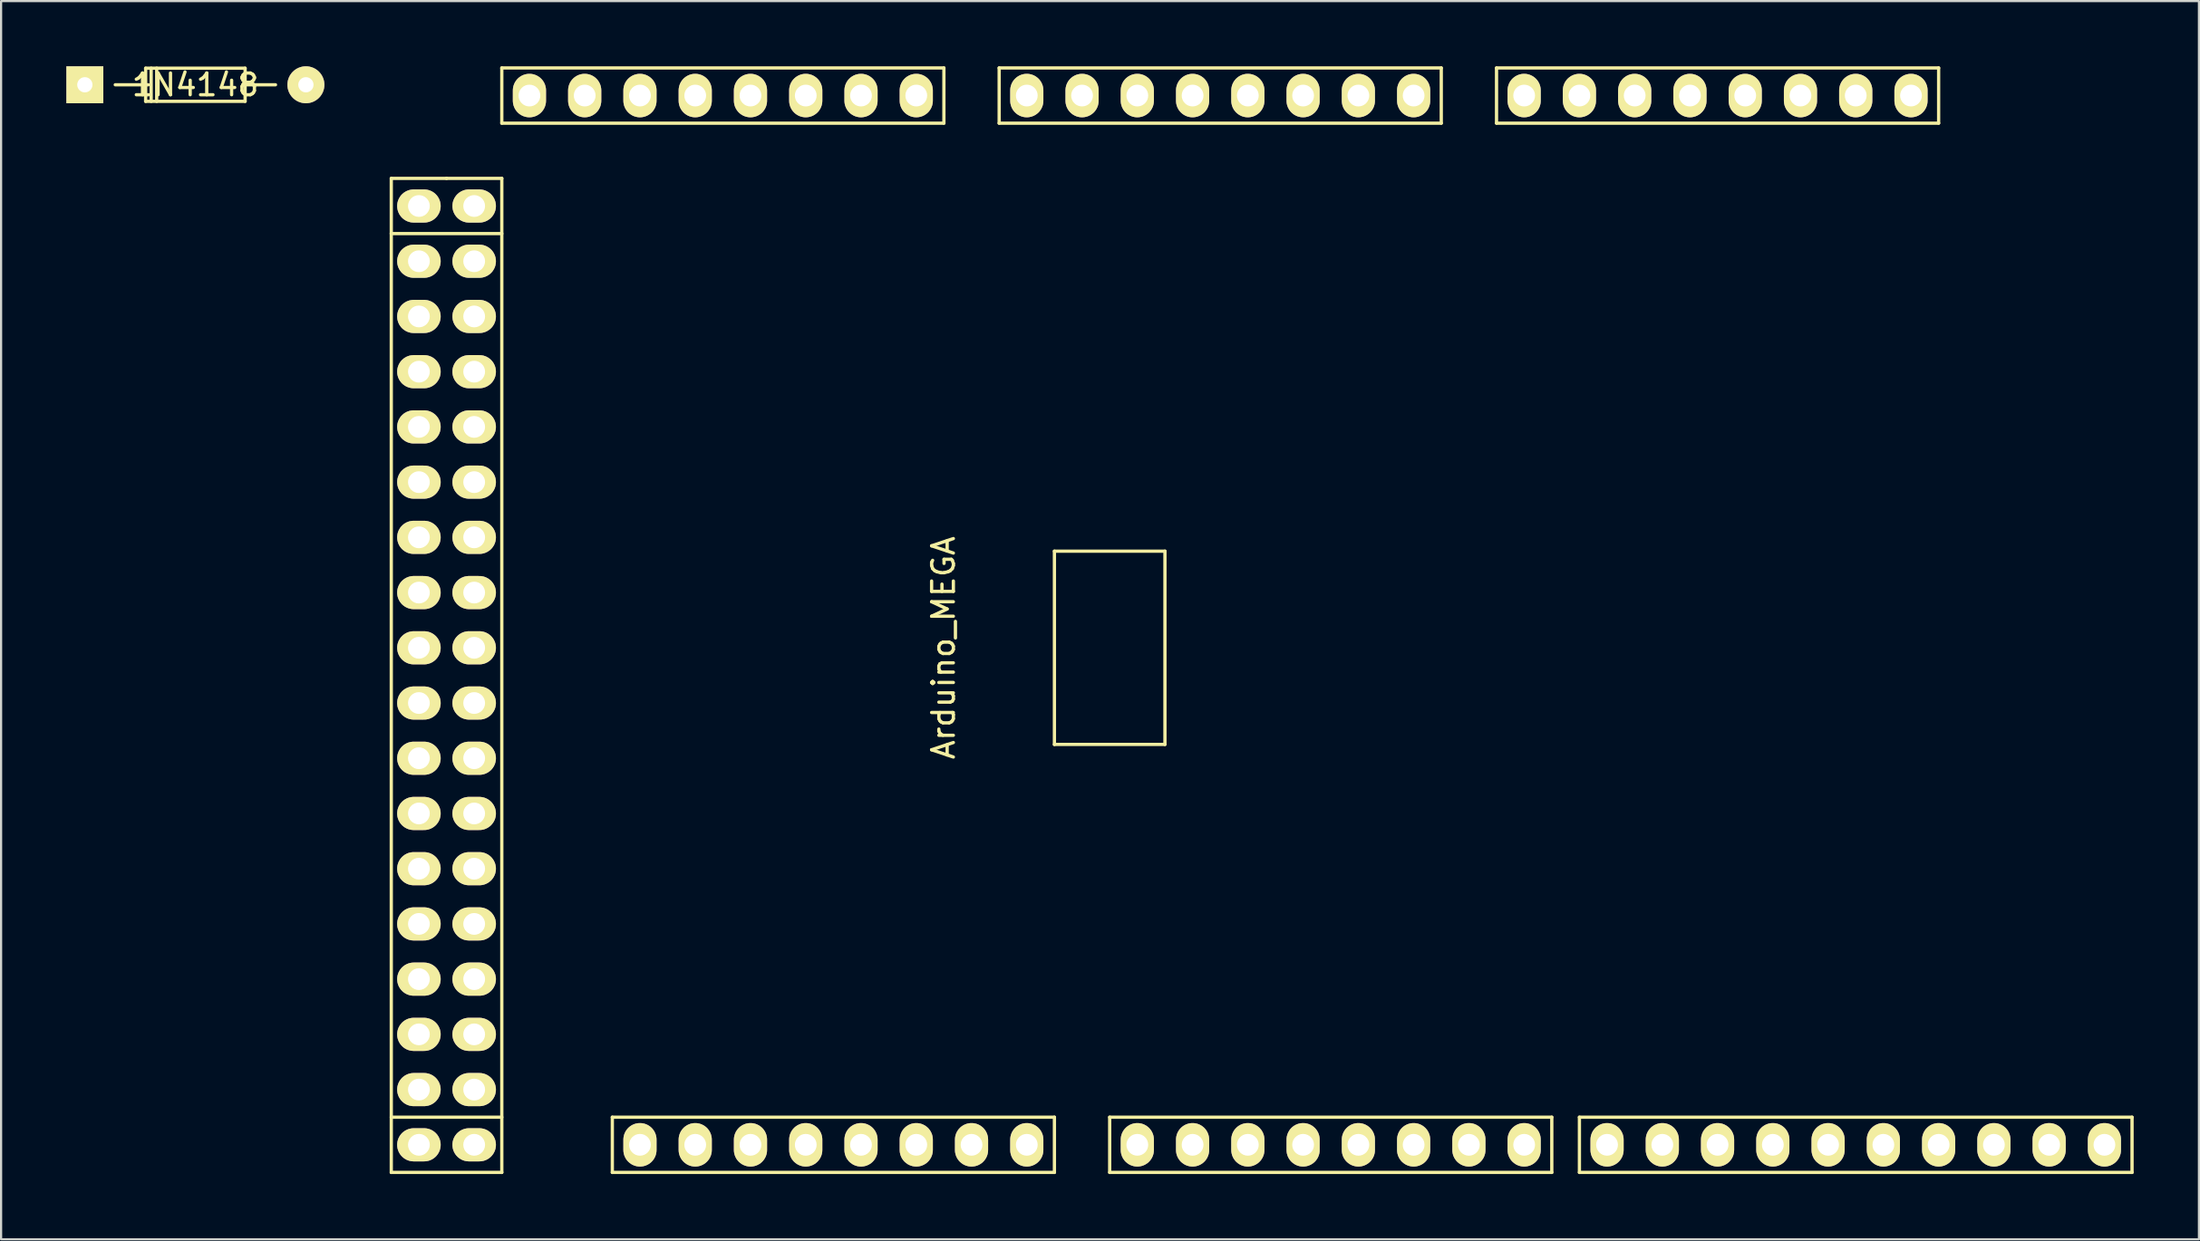
<source format=kicad_pcb>
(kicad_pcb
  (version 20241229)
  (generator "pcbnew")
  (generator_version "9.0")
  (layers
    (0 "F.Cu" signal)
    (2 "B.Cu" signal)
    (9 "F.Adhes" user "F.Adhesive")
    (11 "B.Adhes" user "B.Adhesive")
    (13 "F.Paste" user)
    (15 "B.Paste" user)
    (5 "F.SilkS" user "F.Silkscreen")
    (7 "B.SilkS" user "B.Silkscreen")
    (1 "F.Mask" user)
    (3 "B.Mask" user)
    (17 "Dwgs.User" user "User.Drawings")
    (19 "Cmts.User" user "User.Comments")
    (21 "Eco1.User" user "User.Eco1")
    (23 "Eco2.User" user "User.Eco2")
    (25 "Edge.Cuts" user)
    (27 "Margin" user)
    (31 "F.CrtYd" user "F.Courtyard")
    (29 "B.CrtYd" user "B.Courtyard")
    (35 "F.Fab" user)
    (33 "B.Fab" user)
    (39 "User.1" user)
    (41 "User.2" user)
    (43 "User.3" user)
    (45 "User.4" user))
  (footprint "1N4148"
    (layer "F.Cu")
    (at 0.849 0.852)
    (property "Reference" "1N4148" (at 5.08 0 0) (layer "F.SilkS") (effects (font (size 1 1) (thickness 0.15))))
    (attr through_hole)
    (fp_line (start 2.795 -0.765) (end 2.795 -0.003) (stroke (width 0.15) (type solid)) (layer "F.SilkS"))
    (fp_line (start 2.795 -0.003) (end 2.795 0.759) (stroke (width 0.15) (type solid)) (layer "F.SilkS"))
    (fp_line (start 2.795 0.759) (end 7.367 0.759) (stroke (width 0.15) (type solid)) (layer "F.SilkS"))
    (fp_line (start 2.922 -0.003) (end 1.398 -0.003) (stroke (width 0.15) (type solid)) (layer "F.SilkS"))
    (fp_line (start 3.049 -0.765) (end 3.049 0.759) (stroke (width 0.15) (type solid)) (layer "F.SilkS"))
    (fp_line (start 3.303 -0.765) (end 3.303 0.759) (stroke (width 0.15) (type solid)) (layer "F.SilkS"))
    (fp_line (start 7.367 -0.765) (end 2.795 -0.765) (stroke (width 0.15) (type solid)) (layer "F.SilkS"))
    (fp_line (start 7.367 -0.003) (end 8.764 -0.003) (stroke (width 0.15) (type solid)) (layer "F.SilkS"))
    (fp_line (start 7.367 0.759) (end 7.367 -0.765) (stroke (width 0.15) (type solid)) (layer "F.SilkS"))
    (pad "1" thru_hole rect (at 0.001 -0.003 180) (size 1.699 1.699) (drill 0.701) (layers "*.Cu" "*.Mask" "F.SilkS"))
    (pad "2" thru_hole circle (at 10.161 -0.003 180) (size 1.699 1.699) (drill 0.701) (layers "*.Cu" "*.Mask" "F.SilkS")))
  (footprint "Arduino_MEGA"
    (layer "F.Cu")
    (at 49.224 25.475)
    (property "Reference" "Arduino_MEGA" (at -8.91 1.27 90) (layer "F.SilkS") (effects (font (size 1 1) (thickness 0.15))))
    (attr through_hole)
    (fp_line (start -34.29 -20.32) (end -31.75 -20.32) (stroke (width 0.15) (type solid)) (layer "F.SilkS"))
    (fp_line (start -34.29 -17.78) (end -34.29 -20.32) (stroke (width 0.15) (type solid)) (layer "F.SilkS"))
    (fp_line (start -34.29 -17.78) (end -29.21 -17.78) (stroke (width 0.15) (type solid)) (layer "F.SilkS"))
    (fp_line (start -34.29 25.4) (end -34.29 -17.78) (stroke (width 0.15) (type solid)) (layer "F.SilkS"))
    (fp_line (start -29.21 -25.4) (end -8.89 -25.4) (stroke (width 0.15) (type solid)) (layer "F.SilkS"))
    (fp_line (start -29.21 -22.86) (end -29.21 -25.4) (stroke (width 0.15) (type solid)) (layer "F.SilkS"))
    (fp_line (start -29.21 -20.32) (end -31.75 -20.32) (stroke (width 0.15) (type solid)) (layer "F.SilkS"))
    (fp_line (start -29.21 -20.32) (end -29.21 25.4) (stroke (width 0.15) (type solid)) (layer "F.SilkS"))
    (fp_line (start -29.21 22.86) (end -34.29 22.86) (stroke (width 0.15) (type solid)) (layer "F.SilkS"))
    (fp_line (start -29.21 25.4) (end -34.29 25.4) (stroke (width 0.15) (type solid)) (layer "F.SilkS"))
    (fp_line (start -24.13 22.86) (end -3.81 22.86) (stroke (width 0.15) (type solid)) (layer "F.SilkS"))
    (fp_line (start -24.13 25.4) (end -24.13 22.86) (stroke (width 0.15) (type solid)) (layer "F.SilkS"))
    (fp_line (start -8.89 -25.4) (end -8.89 -22.86) (stroke (width 0.15) (type solid)) (layer "F.SilkS"))
    (fp_line (start -8.89 -22.86) (end -29.21 -22.86) (stroke (width 0.15) (type solid)) (layer "F.SilkS"))
    (fp_line (start -6.35 -25.4) (end 13.97 -25.4) (stroke (width 0.15) (type solid)) (layer "F.SilkS"))
    (fp_line (start -6.35 -22.86) (end -6.35 -25.4) (stroke (width 0.15) (type solid)) (layer "F.SilkS"))
    (fp_line (start -3.81 -3.175) (end 1.27 -3.175) (stroke (width 0.15) (type solid)) (layer "F.SilkS"))
    (fp_line (start -3.81 5.715) (end -3.81 -3.175) (stroke (width 0.15) (type solid)) (layer "F.SilkS"))
    (fp_line (start -3.81 22.86) (end -3.81 25.4) (stroke (width 0.15) (type solid)) (layer "F.SilkS"))
    (fp_line (start -3.81 25.4) (end -24.13 25.4) (stroke (width 0.15) (type solid)) (layer "F.SilkS"))
    (fp_line (start -1.27 22.86) (end 19.05 22.86) (stroke (width 0.15) (type solid)) (layer "F.SilkS"))
    (fp_line (start -1.27 25.4) (end -1.27 22.86) (stroke (width 0.15) (type solid)) (layer "F.SilkS"))
    (fp_line (start 1.27 -3.175) (end 1.27 5.715) (stroke (width 0.15) (type solid)) (layer "F.SilkS"))
    (fp_line (start 1.27 5.715) (end -3.81 5.715) (stroke (width 0.15) (type solid)) (layer "F.SilkS"))
    (fp_line (start 13.97 -25.4) (end 13.97 -22.86) (stroke (width 0.15) (type solid)) (layer "F.SilkS"))
    (fp_line (start 13.97 -22.86) (end -6.35 -22.86) (stroke (width 0.15) (type solid)) (layer "F.SilkS"))
    (fp_line (start 16.51 -25.4) (end 36.83 -25.4) (stroke (width 0.15) (type solid)) (layer "F.SilkS"))
    (fp_line (start 16.51 -22.86) (end 16.51 -25.4) (stroke (width 0.15) (type solid)) (layer "F.SilkS"))
    (fp_line (start 19.05 22.86) (end 19.05 25.4) (stroke (width 0.15) (type solid)) (layer "F.SilkS"))
    (fp_line (start 19.05 25.4) (end -1.27 25.4) (stroke (width 0.15) (type solid)) (layer "F.SilkS"))
    (fp_line (start 20.32 22.86) (end 45.72 22.86) (stroke (width 0.15) (type solid)) (layer "F.SilkS"))
    (fp_line (start 20.32 25.4) (end 20.32 22.86) (stroke (width 0.15) (type solid)) (layer "F.SilkS"))
    (fp_line (start 36.83 -25.4) (end 36.83 -22.86) (stroke (width 0.15) (type solid)) (layer "F.SilkS"))
    (fp_line (start 36.83 -22.86) (end 16.51 -22.86) (stroke (width 0.15) (type solid)) (layer "F.SilkS"))
    (fp_line (start 45.72 22.86) (end 45.72 25.4) (stroke (width 0.15) (type solid)) (layer "F.SilkS"))
    (fp_line (start 45.72 25.4) (end 20.32 25.4) (stroke (width 0.15) (type solid)) (layer "F.SilkS"))
    (pad "" thru_hole oval (at 33.02 -24.13 180) (size 1.524 2) (drill 1) (layers "*.Cu" "*.Mask" "F.SilkS"))
    (pad "" thru_hole oval (at 35.56 -24.13 180) (size 1.524 2) (drill 1) (layers "*.Cu" "*.Mask" "F.SilkS"))
    (pad "" thru_hole oval (at 41.91 24.13 180) (size 1.524 2) (drill 1) (layers "*.Cu" "*.Mask" "F.SilkS"))
    (pad "" thru_hole oval (at 44.45 24.13 180) (size 1.524 2) (drill 1) (layers "*.Cu" "*.Mask" "F.SilkS"))
    (pad "0" thru_hole oval (at 0 24.13 180) (size 1.524 2) (drill 1) (layers "*.Cu" "*.Mask" "F.SilkS"))
    (pad "1" thru_hole oval (at 2.54 24.13 180) (size 1.524 2) (drill 1) (layers "*.Cu" "*.Mask" "F.SilkS"))
    (pad "2" thru_hole oval (at 5.08 24.13 180) (size 1.524 2) (drill 1) (layers "*.Cu" "*.Mask" "F.SilkS"))
    (pad "3" thru_hole oval (at 7.62 24.13 180) (size 1.524 2) (drill 1) (layers "*.Cu" "*.Mask" "F.SilkS"))
    (pad "3V3" thru_hole oval (at 27.94 -24.13 180) (size 1.524 2) (drill 1) (layers "*.Cu" "*.Mask" "F.SilkS"))
    (pad "4" thru_hole oval (at 10.16 24.13 180) (size 1.524 2) (drill 1) (layers "*.Cu" "*.Mask" "F.SilkS"))
    (pad "5" thru_hole oval (at 12.7 24.13 180) (size 1.524 2) (drill 1) (layers "*.Cu" "*.Mask" "F.SilkS"))
    (pad "5V" thru_hole oval (at 25.4 -24.13 180) (size 1.524 2) (drill 1) (layers "*.Cu" "*.Mask" "F.SilkS"))
    (pad "5V_4" thru_hole oval (at -30.48 24.13 270) (size 1.524 2) (drill 1) (layers "*.Cu" "*.Mask" "F.SilkS"))
    (pad "5V_5" thru_hole oval (at -33.02 24.13 270) (size 1.524 2) (drill 1) (layers "*.Cu" "*.Mask" "F.SilkS"))
    (pad "6" thru_hole oval (at 15.24 24.13 180) (size 1.524 2) (drill 1) (layers "*.Cu" "*.Mask" "F.SilkS"))
    (pad "7" thru_hole oval (at 17.78 24.13 180) (size 1.524 2) (drill 1) (layers "*.Cu" "*.Mask" "F.SilkS"))
    (pad "8" thru_hole oval (at 21.59 24.13 180) (size 1.524 2) (drill 1) (layers "*.Cu" "*.Mask" "F.SilkS"))
    (pad "9" thru_hole oval (at 24.13 24.13 180) (size 1.524 2) (drill 1) (layers "*.Cu" "*.Mask" "F.SilkS"))
    (pad "10" thru_hole oval (at 26.67 24.13 180) (size 1.524 2) (drill 1) (layers "*.Cu" "*.Mask" "F.SilkS"))
    (pad "11" thru_hole oval (at 29.21 24.13 180) (size 1.524 2) (drill 1) (layers "*.Cu" "*.Mask" "F.SilkS"))
    (pad "12" thru_hole oval (at 31.75 24.13 180) (size 1.524 2) (drill 1) (layers "*.Cu" "*.Mask" "F.SilkS"))
    (pad "13" thru_hole oval (at 34.29 24.13 180) (size 1.524 2) (drill 1) (layers "*.Cu" "*.Mask" "F.SilkS"))
    (pad "14" thru_hole oval (at -5.08 24.13 180) (size 1.524 2) (drill 1) (layers "*.Cu" "*.Mask" "F.SilkS"))
    (pad "15" thru_hole oval (at -7.62 24.13 180) (size 1.524 2) (drill 1) (layers "*.Cu" "*.Mask" "F.SilkS"))
    (pad "16" thru_hole oval (at -10.16 24.13 180) (size 1.524 2) (drill 1) (layers "*.Cu" "*.Mask" "F.SilkS"))
    (pad "17" thru_hole oval (at -12.7 24.13 180) (size 1.524 2) (drill 1) (layers "*.Cu" "*.Mask" "F.SilkS"))
    (pad "18" thru_hole oval (at -15.24 24.13 180) (size 1.524 2) (drill 1) (layers "*.Cu" "*.Mask" "F.SilkS"))
    (pad "19" thru_hole oval (at -17.78 24.13 180) (size 1.524 2) (drill 1) (layers "*.Cu" "*.Mask" "F.SilkS"))
    (pad "20" thru_hole oval (at -20.32 24.13 180) (size 1.524 2) (drill 1) (layers "*.Cu" "*.Mask" "F.SilkS"))
    (pad "21" thru_hole oval (at -22.86 24.13 180) (size 1.524 2) (drill 1) (layers "*.Cu" "*.Mask" "F.SilkS"))
    (pad "22" thru_hole oval (at -30.48 21.59 270) (size 1.524 2) (drill 1) (layers "*.Cu" "*.Mask" "F.SilkS"))
    (pad "23" thru_hole oval (at -33.02 21.59 270) (size 1.524 2) (drill 1) (layers "*.Cu" "*.Mask" "F.SilkS"))
    (pad "24" thru_hole oval (at -30.48 19.05 270) (size 1.524 2) (drill 1) (layers "*.Cu" "*.Mask" "F.SilkS"))
    (pad "25" thru_hole oval (at -33.02 19.05 270) (size 1.524 2) (drill 1) (layers "*.Cu" "*.Mask" "F.SilkS"))
    (pad "26" thru_hole oval (at -30.48 16.51 270) (size 1.524 2) (drill 1) (layers "*.Cu" "*.Mask" "F.SilkS"))
    (pad "27" thru_hole oval (at -33.02 16.51 270) (size 1.524 2) (drill 1) (layers "*.Cu" "*.Mask" "F.SilkS"))
    (pad "28" thru_hole oval (at -30.48 13.97 270) (size 1.524 2) (drill 1) (layers "*.Cu" "*.Mask" "F.SilkS"))
    (pad "29" thru_hole oval (at -33.02 13.97 270) (size 1.524 2) (drill 1) (layers "*.Cu" "*.Mask" "F.SilkS"))
    (pad "30" thru_hole oval (at -30.48 11.43 270) (size 1.524 2) (drill 1) (layers "*.Cu" "*.Mask" "F.SilkS"))
    (pad "31" thru_hole oval (at -33.02 11.43 270) (size 1.524 2) (drill 1) (layers "*.Cu" "*.Mask" "F.SilkS"))
    (pad "32" thru_hole oval (at -30.48 8.89 270) (size 1.524 2) (drill 1) (layers "*.Cu" "*.Mask" "F.SilkS"))
    (pad "33" thru_hole oval (at -33.02 8.89 270) (size 1.524 2) (drill 1) (layers "*.Cu" "*.Mask" "F.SilkS"))
    (pad "34" thru_hole oval (at -30.48 6.35 270) (size 1.524 2) (drill 1) (layers "*.Cu" "*.Mask" "F.SilkS"))
    (pad "35" thru_hole oval (at -33.02 6.35 270) (size 1.524 2) (drill 1) (layers "*.Cu" "*.Mask" "F.SilkS"))
    (pad "36" thru_hole oval (at -30.48 3.81 270) (size 1.524 2) (drill 1) (layers "*.Cu" "*.Mask" "F.SilkS"))
    (pad "37" thru_hole oval (at -33.02 3.81 270) (size 1.524 2) (drill 1) (layers "*.Cu" "*.Mask" "F.SilkS"))
    (pad "38" thru_hole oval (at -30.48 1.27 270) (size 1.524 2) (drill 1) (layers "*.Cu" "*.Mask" "F.SilkS"))
    (pad "39" thru_hole oval (at -33.02 1.27 270) (size 1.524 2) (drill 1) (layers "*.Cu" "*.Mask" "F.SilkS"))
    (pad "40" thru_hole oval (at -30.48 -1.27 270) (size 1.524 2) (drill 1) (layers "*.Cu" "*.Mask" "F.SilkS"))
    (pad "41" thru_hole oval (at -33.02 -1.27 270) (size 1.524 2) (drill 1) (layers "*.Cu" "*.Mask" "F.SilkS"))
    (pad "42" thru_hole oval (at -30.48 -3.81 270) (size 1.524 2) (drill 1) (layers "*.Cu" "*.Mask" "F.SilkS"))
    (pad "43" thru_hole oval (at -33.02 -3.81 270) (size 1.524 2) (drill 1) (layers "*.Cu" "*.Mask" "F.SilkS"))
    (pad "44" thru_hole oval (at -30.48 -6.35 270) (size 1.524 2) (drill 1) (layers "*.Cu" "*.Mask" "F.SilkS"))
    (pad "45" thru_hole oval (at -33.02 -6.35 270) (size 1.524 2) (drill 1) (layers "*.Cu" "*.Mask" "F.SilkS"))
    (pad "46" thru_hole oval (at -30.48 -8.89 270) (size 1.524 2) (drill 1) (layers "*.Cu" "*.Mask" "F.SilkS"))
    (pad "47" thru_hole oval (at -33.02 -8.89 270) (size 1.524 2) (drill 1) (layers "*.Cu" "*.Mask" "F.SilkS"))
    (pad "48" thru_hole oval (at -30.48 -11.43 270) (size 1.524 2) (drill 1) (layers "*.Cu" "*.Mask" "F.SilkS"))
    (pad "49" thru_hole oval (at -33.02 -11.43 270) (size 1.524 2) (drill 1) (layers "*.Cu" "*.Mask" "F.SilkS"))
    (pad "50" thru_hole oval (at -30.48 -13.97 270) (size 1.524 2) (drill 1) (layers "*.Cu" "*.Mask" "F.SilkS"))
    (pad "51" thru_hole oval (at -33.02 -13.97 270) (size 1.524 2) (drill 1) (layers "*.Cu" "*.Mask" "F.SilkS"))
    (pad "52" thru_hole oval (at -30.48 -16.51 270) (size 1.524 2) (drill 1) (layers "*.Cu" "*.Mask" "F.SilkS"))
    (pad "53" thru_hole oval (at -33.02 -16.51 270) (size 1.524 2) (drill 1) (layers "*.Cu" "*.Mask" "F.SilkS"))
    (pad "AD0" thru_hole oval (at 12.7 -24.13 180) (size 1.524 2) (drill 1) (layers "*.Cu" "*.Mask" "F.SilkS"))
    (pad "AD1" thru_hole oval (at 10.16 -24.13 180) (size 1.524 2) (drill 1) (layers "*.Cu" "*.Mask" "F.SilkS"))
    (pad "AD2" thru_hole oval (at 7.62 -24.13 180) (size 1.524 2) (drill 1) (layers "*.Cu" "*.Mask" "F.SilkS"))
    (pad "AD3" thru_hole oval (at 5.08 -24.13 180) (size 1.524 2) (drill 1) (layers "*.Cu" "*.Mask" "F.SilkS"))
    (pad "AD4" thru_hole oval (at 2.54 -24.13 180) (size 1.524 2) (drill 1) (layers "*.Cu" "*.Mask" "F.SilkS"))
    (pad "AD5" thru_hole oval (at 0 -24.13 180) (size 1.524 2) (drill 1) (layers "*.Cu" "*.Mask" "F.SilkS"))
    (pad "AD6" thru_hole oval (at -2.54 -24.13 180) (size 1.524 2) (drill 1) (layers "*.Cu" "*.Mask" "F.SilkS"))
    (pad "AD7" thru_hole oval (at -5.08 -24.13 180) (size 1.524 2) (drill 1) (layers "*.Cu" "*.Mask" "F.SilkS"))
    (pad "AD8" thru_hole oval (at -10.16 -24.13 180) (size 1.524 2) (drill 1) (layers "*.Cu" "*.Mask" "F.SilkS"))
    (pad "AD9" thru_hole oval (at -12.7 -24.13 180) (size 1.524 2) (drill 1) (layers "*.Cu" "*.Mask" "F.SilkS"))
    (pad "AD10" thru_hole oval (at -15.24 -24.13 180) (size 1.524 2) (drill 1) (layers "*.Cu" "*.Mask" "F.SilkS"))
    (pad "AD11" thru_hole oval (at -17.78 -24.13 180) (size 1.524 2) (drill 1) (layers "*.Cu" "*.Mask" "F.SilkS"))
    (pad "AD12" thru_hole oval (at -20.32 -24.13 180) (size 1.524 2) (drill 1) (layers "*.Cu" "*.Mask" "F.SilkS"))
    (pad "AD13" thru_hole oval (at -22.86 -24.13 180) (size 1.524 2) (drill 1) (layers "*.Cu" "*.Mask" "F.SilkS"))
    (pad "AD14" thru_hole oval (at -25.4 -24.13 180) (size 1.524 2) (drill 1) (layers "*.Cu" "*.Mask" "F.SilkS"))
    (pad "AD15" thru_hole oval (at -27.94 -24.13 180) (size 1.524 2) (drill 1) (layers "*.Cu" "*.Mask" "F.SilkS"))
    (pad "AREF" thru_hole oval (at 39.37 24.13 180) (size 1.524 2) (drill 1) (layers "*.Cu" "*.Mask" "F.SilkS"))
    (pad "GND1" thru_hole oval (at 22.86 -24.13 180) (size 1.524 2) (drill 1) (layers "*.Cu" "*.Mask" "F.SilkS"))
    (pad "GND2" thru_hole oval (at 20.32 -24.13 180) (size 1.524 2) (drill 1) (layers "*.Cu" "*.Mask" "F.SilkS"))
    (pad "GND3" thru_hole oval (at 36.83 24.13 180) (size 1.524 2) (drill 1) (layers "*.Cu" "*.Mask" "F.SilkS"))
    (pad "GND4" thru_hole oval (at -30.48 -19.05 270) (size 1.524 2) (drill 1) (layers "*.Cu" "*.Mask" "F.SilkS"))
    (pad "GND5" thru_hole oval (at -33.02 -19.05 270) (size 1.524 2) (drill 1) (layers "*.Cu" "*.Mask" "F.SilkS"))
    (pad "RST" thru_hole oval (at 30.48 -24.13 180) (size 1.524 2) (drill 1) (layers "*.Cu" "*.Mask" "F.SilkS"))
    (pad "V_IN" thru_hole oval (at 17.78 -24.13 180) (size 1.524 2) (drill 1) (layers "*.Cu" "*.Mask" "F.SilkS")))
  (gr_rect
    (start -3 -3)
    (end 98.019 53.95)
    (stroke (width 0.1) (type default))
    (fill no)
    (layer "Edge.Cuts")))
</source>
